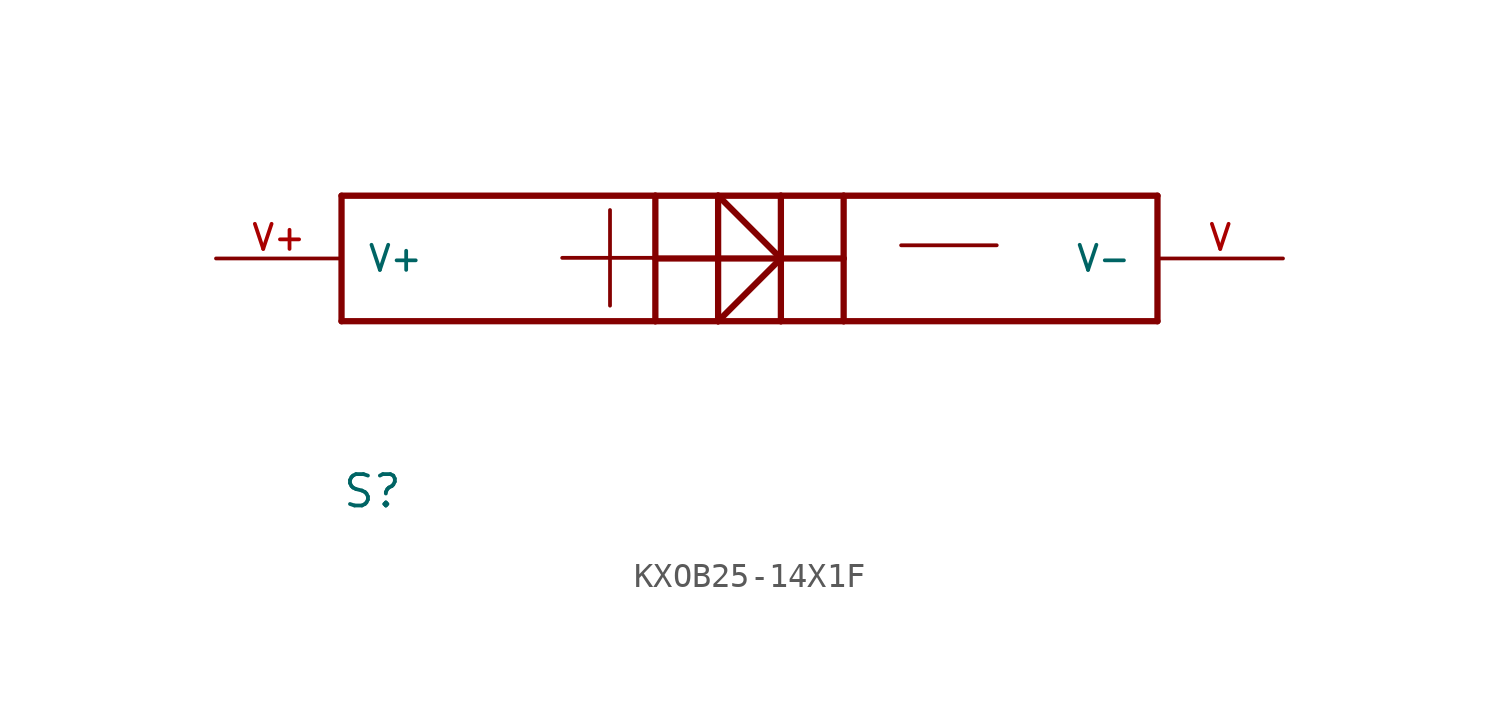
<source format=kicad_sym>
(kicad_symbol_lib
  (version 20211014)
  (generator kicad_symbol_editor)
  (symbol "KXOB25-14X1F"
    (pin_names
      (offset 1.016))
    (property "Reference" "S"
      (at -30.48 0 0)
      (effects (font (size 1.27 1.27)) (justify left bottom)))
    (property "ki_locked" ""
      (at 0 0 0)
      (effects (font (size 1.27 1.27))))
    (symbol "KXOB25-14X1F_0_0"
      (polyline (pts (xy -30.48 7.62) (xy -30.48 12.7)) (stroke (width 0.254) (type default) (color 0 0 0 0)) (fill (type none)))
      (polyline (pts (xy -30.48 12.7) (xy -17.78 12.7)) (stroke (width 0.254) (type default) (color 0 0 0 0)) (fill (type none)))
      (polyline (pts (xy -17.78 7.62) (xy -30.48 7.62)) (stroke (width 0.254) (type default) (color 0 0 0 0)) (fill (type none)))
      (polyline (pts (xy -17.78 7.62) (xy -15.24 7.62)) (stroke (width 0.254) (type default) (color 0 0 0 0)) (fill (type none)))
      (polyline (pts (xy -17.78 10.16) (xy -17.78 7.62)) (stroke (width 0.254) (type default) (color 0 0 0 0)) (fill (type none)))
      (polyline (pts (xy -17.78 10.16) (xy -15.24 10.16)) (stroke (width 0.254) (type default) (color 0 0 0 0)) (fill (type none)))
      (polyline (pts (xy -17.78 12.7) (xy -17.78 10.16)) (stroke (width 0.254) (type default) (color 0 0 0 0)) (fill (type none)))
      (polyline (pts (xy -17.78 12.7) (xy -15.24 12.7)) (stroke (width 0.254) (type default) (color 0 0 0 0)) (fill (type none)))
      (polyline (pts (xy -15.24 7.62) (xy -15.24 10.16)) (stroke (width 0.254) (type default) (color 0 0 0 0)) (fill (type none)))
      (polyline (pts (xy -15.24 7.62) (xy -12.7 7.62)) (stroke (width 0.254) (type default) (color 0 0 0 0)) (fill (type none)))
      (polyline (pts (xy -15.24 10.16) (xy -15.24 12.7)) (stroke (width 0.254) (type default) (color 0 0 0 0)) (fill (type none)))
      (polyline (pts (xy -15.24 10.16) (xy -10.16 10.16)) (stroke (width 0.254) (type default) (color 0 0 0 0)) (fill (type none)))
      (polyline (pts (xy -15.24 12.7) (xy -12.7 10.16)) (stroke (width 0.254) (type default) (color 0 0 0 0)) (fill (type none)))
      (polyline (pts (xy -15.24 12.7) (xy -12.7 12.7)) (stroke (width 0.254) (type default) (color 0 0 0 0)) (fill (type none)))
      (polyline (pts (xy -12.7 7.62) (xy -10.16 7.62)) (stroke (width 0.254) (type default) (color 0 0 0 0)) (fill (type none)))
      (polyline (pts (xy -12.7 10.16) (xy -15.24 7.62)) (stroke (width 0.254) (type default) (color 0 0 0 0)) (fill (type none)))
      (polyline (pts (xy -12.7 12.7) (xy -12.7 7.62)) (stroke (width 0.254) (type default) (color 0 0 0 0)) (fill (type none)))
      (polyline (pts (xy -12.7 12.7) (xy -10.16 12.7)) (stroke (width 0.254) (type default) (color 0 0 0 0)) (fill (type none)))
      (polyline (pts (xy -10.16 7.62) (xy -10.16 10.16)) (stroke (width 0.254) (type default) (color 0 0 0 0)) (fill (type none)))
      (polyline (pts (xy -10.16 10.16) (xy -10.16 12.7)) (stroke (width 0.254) (type default) (color 0 0 0 0)) (fill (type none)))
      (polyline (pts (xy -10.16 12.7) (xy 2.54 12.7)) (stroke (width 0.254) (type default) (color 0 0 0 0)) (fill (type none)))
      (polyline (pts (xy 2.54 7.62) (xy -10.16 7.62)) (stroke (width 0.254) (type default) (color 0 0 0 0)) (fill (type none)))
      (polyline (pts (xy 2.54 12.7) (xy 2.54 7.62)) (stroke (width 0.254) (type default) (color 0 0 0 0)) (fill (type none)))
      (text "+" (at -22.86 7.62 0) (effects (font (size 5.08 5.08)) (justify left bottom)))
      (text "-" (at -9.144 8.128 0) (effects (font (size 5.08 5.08)) (justify left bottom)))
      (pin bidirectional line (at 7.62 10.16 180) (length 5.08) (name "V-" (effects (font (size 1.016 1.016)))) (number "V" (effects (font (size 1.016 1.016)))))
      (pin bidirectional line (at -35.56 10.16 0) (length 5.08) (name "V+" (effects (font (size 1.016 1.016)))) (number "V+" (effects (font (size 1.016 1.016))))))))
</source>
